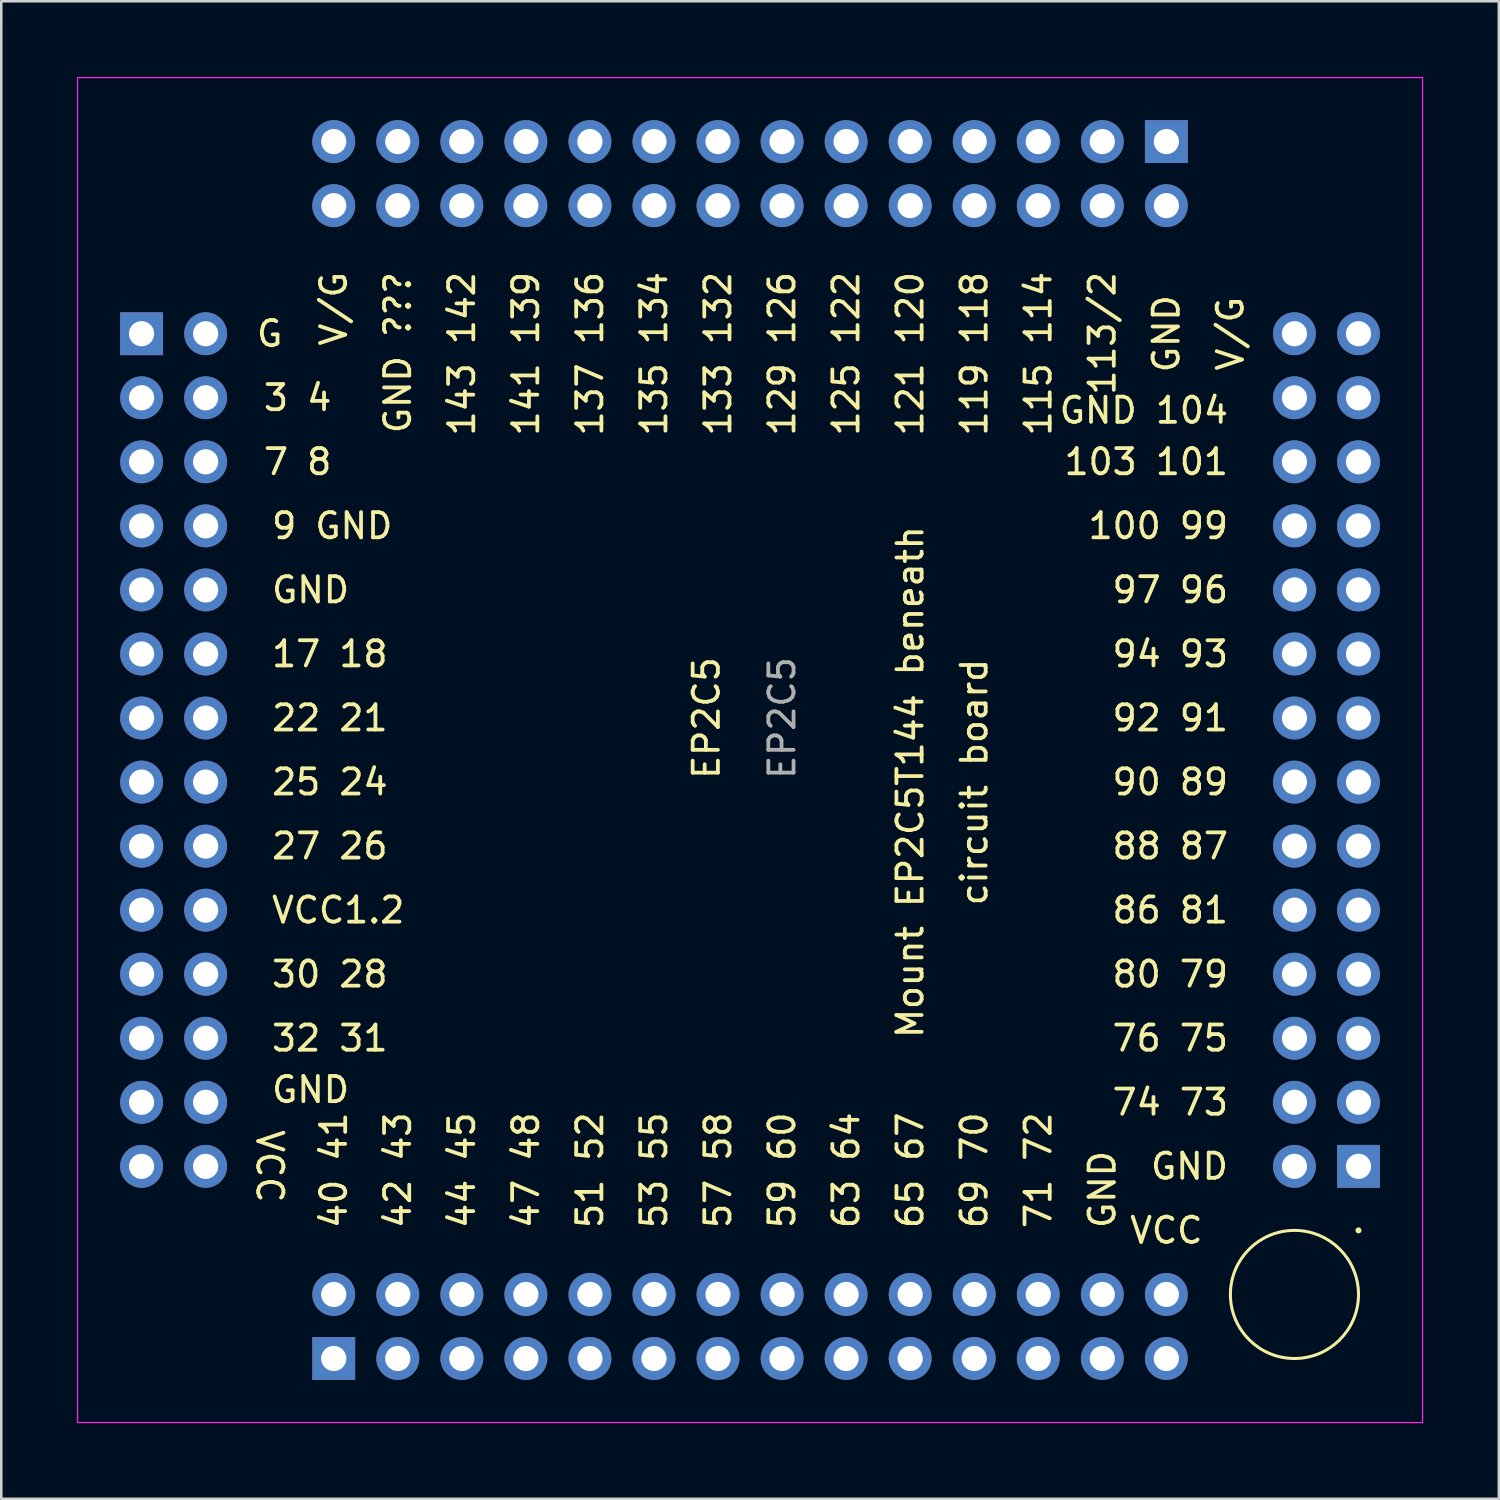
<source format=kicad_pcb>
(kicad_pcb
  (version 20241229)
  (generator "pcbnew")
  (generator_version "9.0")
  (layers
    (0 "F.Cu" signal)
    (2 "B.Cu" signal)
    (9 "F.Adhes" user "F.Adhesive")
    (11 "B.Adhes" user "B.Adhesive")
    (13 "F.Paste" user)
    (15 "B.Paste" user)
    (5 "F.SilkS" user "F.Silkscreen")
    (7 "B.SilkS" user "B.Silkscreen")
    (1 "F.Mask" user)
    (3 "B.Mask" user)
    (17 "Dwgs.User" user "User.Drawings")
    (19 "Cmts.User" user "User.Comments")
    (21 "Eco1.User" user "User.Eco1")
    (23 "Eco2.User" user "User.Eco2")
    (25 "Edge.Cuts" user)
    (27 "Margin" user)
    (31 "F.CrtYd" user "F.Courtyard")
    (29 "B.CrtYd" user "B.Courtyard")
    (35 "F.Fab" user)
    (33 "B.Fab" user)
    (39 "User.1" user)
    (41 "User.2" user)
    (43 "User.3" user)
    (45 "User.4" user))
  (footprint "EP2C5"
    (layer "F.Cu")
    (at 30.505 25.425)
    (property "Reference" "EP2C5" (at -5.54 0 90) (unlocked yes) (layer "F.SilkS") (effects (font (size 1 1) (thickness 0.15))))
    (attr through_hole)
    (fp_circle (center 17.78 22.86) (end 17.78 20.32) (stroke (width 0.12) (type solid)) (fill no) (layer "F.SilkS"))
    (fp_circle (center 20.32 20.32) (end 20.32 20.32) (stroke (width 0.12) (type solid)) (fill no) (layer "F.SilkS"))
    (fp_rect (start -30.48 -25.4) (end 22.86 27.94) (stroke (width 0.05) (type solid)) (fill no) (layer "F.CrtYd"))
    (fp_text user "141 139" (at -12.7 -17.78 90) (unlocked yes) (layer "F.SilkS") (effects (font (size 1 1) (thickness 0.15)) (justify right)))
    (fp_text user "69 70" (at 5.08 20.32 90) (unlocked yes) (layer "F.SilkS") (effects (font (size 1 1) (thickness 0.15)) (justify left)))
    (fp_text user "57 58" (at -5.08 20.32 90) (unlocked yes) (layer "F.SilkS") (effects (font (size 1 1) (thickness 0.15)) (justify left)))
    (fp_text user "Mount EP2C5T144 beneath" (at 2.54 2.54 90) (unlocked yes) (layer "F.SilkS") (effects (font (size 1 1) (thickness 0.15))))
    (fp_text user "125 122" (at 0 -17.78 90) (unlocked yes) (layer "F.SilkS") (effects (font (size 1 1) (thickness 0.15)) (justify right)))
    (fp_text user "40 41" (at -20.32 20.32 90) (unlocked yes) (layer "F.SilkS") (effects (font (size 1 1) (thickness 0.15)) (justify left)))
    (fp_text user "129 126" (at -2.54 -17.78 90) (unlocked yes) (layer "F.SilkS") (effects (font (size 1 1) (thickness 0.15)) (justify right)))
    (fp_text user "3 4" (at -20.32 -12.7 0) (unlocked yes) (layer "F.SilkS") (effects (font (size 1 1) (thickness 0.15)) (justify right)))
    (fp_text user "86 81" (at 15.24 7.62 0) (unlocked yes) (layer "F.SilkS") (effects (font (size 1 1) (thickness 0.15)) (justify right)))
    (fp_text user "V/G" (at -20.32 -17.78 90) (unlocked yes) (layer "F.SilkS") (effects (font (size 1 1) (thickness 0.15)) (justify right)))
    (fp_text user "27 26" (at -22.86 5.08 0) (unlocked yes) (layer "F.SilkS") (effects (font (size 1 1) (thickness 0.15)) (justify left)))
    (fp_text user "90 89" (at 15.24 2.54 0) (unlocked yes) (layer "F.SilkS") (effects (font (size 1 1) (thickness 0.15)) (justify right)))
    (fp_text user "42 43" (at -17.78 20.32 90) (unlocked yes) (layer "F.SilkS") (effects (font (size 1 1) (thickness 0.15)) (justify left)))
    (fp_text user "94 93" (at 15.24 -2.54 0) (unlocked yes) (layer "F.SilkS") (effects (font (size 1 1) (thickness 0.15)) (justify right)))
    (fp_text user "25 24" (at -22.86 2.54 0) (unlocked yes) (layer "F.SilkS") (effects (font (size 1 1) (thickness 0.15)) (justify left)))
    (fp_text user "circuit board" (at 5.08 2.54 90) (unlocked yes) (layer "F.SilkS") (effects (font (size 1 1) (thickness 0.15))))
    (fp_text user "59 60" (at -2.54 20.32 90) (unlocked yes) (layer "F.SilkS") (effects (font (size 1 1) (thickness 0.15)) (justify left)))
    (fp_text user "63 64" (at 0 20.32 90) (unlocked yes) (layer "F.SilkS") (effects (font (size 1 1) (thickness 0.15)) (justify left)))
    (fp_text user "143 142" (at -15.24 -17.78 90) (unlocked yes) (layer "F.SilkS") (effects (font (size 1 1) (thickness 0.15)) (justify right)))
    (fp_text user "GND" (at -22.86 -5.08 0) (unlocked yes) (layer "F.SilkS") (effects (font (size 1 1) (thickness 0.15)) (justify left)))
    (fp_text user "9 GND" (at -22.86 -7.62 0) (unlocked yes) (layer "F.SilkS") (effects (font (size 1 1) (thickness 0.15)) (justify left)))
    (fp_text user "92 91" (at 15.24 0 0) (unlocked yes) (layer "F.SilkS") (effects (font (size 1 1) (thickness 0.15)) (justify right)))
    (fp_text user "135 134" (at -7.62 -17.78 90) (unlocked yes) (layer "F.SilkS") (effects (font (size 1 1) (thickness 0.15)) (justify right)))
    (fp_text user "GND ???" (at -17.78 -17.78 90) (unlocked yes) (layer "F.SilkS") (effects (font (size 1 1) (thickness 0.15)) (justify right)))
    (fp_text user "137 136" (at -10.16 -17.78 90) (unlocked yes) (layer "F.SilkS") (effects (font (size 1 1) (thickness 0.15)) (justify right)))
    (fp_text user "17 18" (at -22.86 -2.54 0) (unlocked yes) (layer "F.SilkS") (effects (font (size 1 1) (thickness 0.15)) (justify left)))
    (fp_text user "51 52" (at -10.16 20.32 90) (unlocked yes) (layer "F.SilkS") (effects (font (size 1 1) (thickness 0.15)) (justify left)))
    (fp_text user "88 87" (at 15.24 5.08 0) (unlocked yes) (layer "F.SilkS") (effects (font (size 1 1) (thickness 0.15)) (justify right)))
    (fp_text user "74 73" (at 15.24 15.24 0) (unlocked yes) (layer "F.SilkS") (effects (font (size 1 1) (thickness 0.15)) (justify right)))
    (fp_text user "32 31" (at -22.86 12.7 0) (unlocked yes) (layer "F.SilkS") (effects (font (size 1 1) (thickness 0.15)) (justify left)))
    (fp_text user "103 101" (at 15.24 -10.16 0) (unlocked yes) (layer "F.SilkS") (effects (font (size 1 1) (thickness 0.15)) (justify right)))
    (fp_text user "VCC" (at -22.86 17.78 270) (unlocked yes) (layer "F.SilkS") (effects (font (size 1 1) (thickness 0.15))))
    (fp_text user "30 28" (at -22.86 10.16 0) (unlocked yes) (layer "F.SilkS") (effects (font (size 1 1) (thickness 0.15)) (justify left)))
    (fp_text user "44 45" (at -15.24 20.32 90) (unlocked yes) (layer "F.SilkS") (effects (font (size 1 1) (thickness 0.15)) (justify left)))
    (fp_text user "65 67" (at 2.54 20.32 90) (unlocked yes) (layer "F.SilkS") (effects (font (size 1 1) (thickness 0.15)) (justify left)))
    (fp_text user "115 114" (at 7.62 -17.78 90) (unlocked yes) (layer "F.SilkS") (effects (font (size 1 1) (thickness 0.15)) (justify right)))
    (fp_text user "121 120" (at 2.54 -17.78 90) (unlocked yes) (layer "F.SilkS") (effects (font (size 1 1) (thickness 0.15)) (justify right)))
    (fp_text user "47 48" (at -12.7 20.32 90) (unlocked yes) (layer "F.SilkS") (effects (font (size 1 1) (thickness 0.15)) (justify left)))
    (fp_text user "VCC" (at 12.7 20.32 0) (unlocked yes) (layer "F.SilkS") (effects (font (size 1 1) (thickness 0.15))))
    (fp_text user "71 72" (at 7.62 20.32 90) (unlocked yes) (layer "F.SilkS") (effects (font (size 1 1) (thickness 0.15)) (justify left)))
    (fp_text user "GND" (at 12.7 -15.24 90) (unlocked yes) (layer "F.SilkS") (effects (font (size 1 1) (thickness 0.15))))
    (fp_text user "GND" (at 10.16 20.32 90) (unlocked yes) (layer "F.SilkS") (effects (font (size 1 1) (thickness 0.15)) (justify left)))
    (fp_text user "80 79" (at 15.24 10.16 0) (unlocked yes) (layer "F.SilkS") (effects (font (size 1 1) (thickness 0.15)) (justify right)))
    (fp_text user "100 99" (at 15.24 -7.62 0) (unlocked yes) (layer "F.SilkS") (effects (font (size 1 1) (thickness 0.15)) (justify right)))
    (fp_text user "GND" (at -22.86 14.74 0) (unlocked yes) (layer "F.SilkS") (effects (font (size 1 1) (thickness 0.15)) (justify left)))
    (fp_text user "GND" (at 15.24 17.78 0) (unlocked yes) (layer "F.SilkS") (effects (font (size 1 1) (thickness 0.15)) (justify right)))
    (fp_text user "97 96" (at 15.24 -5.08 0) (unlocked yes) (layer "F.SilkS") (effects (font (size 1 1) (thickness 0.15)) (justify right)))
    (fp_text user "53 55" (at -7.62 20.32 90) (unlocked yes) (layer "F.SilkS") (effects (font (size 1 1) (thickness 0.15)) (justify left)))
    (fp_text user "22 21" (at -22.86 0 0) (unlocked yes) (layer "F.SilkS") (effects (font (size 1 1) (thickness 0.15)) (justify left)))
    (fp_text user "GND 104" (at 15.24 -12.2 0) (unlocked yes) (layer "F.SilkS") (effects (font (size 1 1) (thickness 0.15)) (justify right)))
    (fp_text user "7 8" (at -20.32 -10.16 0) (unlocked yes) (layer "F.SilkS") (effects (font (size 1 1) (thickness 0.15)) (justify right)))
    (fp_text user "119 118" (at 5.08 -17.78 90) (unlocked yes) (layer "F.SilkS") (effects (font (size 1 1) (thickness 0.15)) (justify right)))
    (fp_text user "VCC1.2" (at -22.86 7.62 0) (unlocked yes) (layer "F.SilkS") (effects (font (size 1 1) (thickness 0.15)) (justify left)))
    (fp_text user "76 75" (at 15.24 12.7 0) (unlocked yes) (layer "F.SilkS") (effects (font (size 1 1) (thickness 0.15)) (justify right)))
    (fp_text user "133 132" (at -5.08 -17.78 90) (unlocked yes) (layer "F.SilkS") (effects (font (size 1 1) (thickness 0.15)) (justify right)))
    (fp_text user "V/G" (at 15.24 -15.24 90) (unlocked yes) (layer "F.SilkS") (effects (font (size 1 1) (thickness 0.15))))
    (fp_text user "G" (at -22.86 -15.24 0) (unlocked yes) (layer "F.SilkS") (effects (font (size 1 1) (thickness 0.15))))
    (fp_text user "113/2" (at 10.16 -17.78 90) (unlocked yes) (layer "F.SilkS") (effects (font (size 1 1) (thickness 0.15)) (justify right)))
    (fp_text user "${REFERENCE}" (at -2.54 0 90) (unlocked yes) (layer "F.Fab") (effects (font (size 1 1) (thickness 0.15))))
    (pad "101" thru_hole rect (at 20.32 17.78 90) (size 1.7 1.7) (drill 1) (layers "*.Cu" "*.Mask"))
    (pad "102" thru_hole circle (at 17.78 17.78 90) (size 1.7 1.7) (drill 1) (layers "*.Cu" "*.Mask"))
    (pad "103" thru_hole circle (at 20.32 15.24 90) (size 1.7 1.7) (drill 1) (layers "*.Cu" "*.Mask"))
    (pad "104" thru_hole circle (at 17.78 15.24 90) (size 1.7 1.7) (drill 1) (layers "*.Cu" "*.Mask"))
    (pad "105" thru_hole circle (at 20.32 12.7 90) (size 1.7 1.7) (drill 1) (layers "*.Cu" "*.Mask"))
    (pad "106" thru_hole circle (at 17.78 12.7 90) (size 1.7 1.7) (drill 1) (layers "*.Cu" "*.Mask"))
    (pad "107" thru_hole circle (at 20.32 10.16 90) (size 1.7 1.7) (drill 1) (layers "*.Cu" "*.Mask"))
    (pad "108" thru_hole circle (at 17.78 10.16 90) (size 1.7 1.7) (drill 1) (layers "*.Cu" "*.Mask"))
    (pad "109" thru_hole circle (at 20.32 7.62 90) (size 1.7 1.7) (drill 1) (layers "*.Cu" "*.Mask"))
    (pad "110" thru_hole circle (at 17.78 7.62 90) (size 1.7 1.7) (drill 1) (layers "*.Cu" "*.Mask"))
    (pad "111" thru_hole circle (at 20.32 5.08 90) (size 1.7 1.7) (drill 1) (layers "*.Cu" "*.Mask"))
    (pad "112" thru_hole circle (at 17.78 5.08 90) (size 1.7 1.7) (drill 1) (layers "*.Cu" "*.Mask"))
    (pad "113" thru_hole circle (at 20.32 2.54 90) (size 1.7 1.7) (drill 1) (layers "*.Cu" "*.Mask"))
    (pad "114" thru_hole circle (at 17.78 2.54 90) (size 1.7 1.7) (drill 1) (layers "*.Cu" "*.Mask"))
    (pad "115" thru_hole circle (at 20.32 0 90) (size 1.7 1.7) (drill 1) (layers "*.Cu" "*.Mask"))
    (pad "116" thru_hole circle (at 17.78 0 90) (size 1.7 1.7) (drill 1) (layers "*.Cu" "*.Mask"))
    (pad "117" thru_hole circle (at 20.32 -2.54 90) (size 1.7 1.7) (drill 1) (layers "*.Cu" "*.Mask"))
    (pad "118" thru_hole circle (at 17.78 -2.54 90) (size 1.7 1.7) (drill 1) (layers "*.Cu" "*.Mask"))
    (pad "119" thru_hole circle (at 20.32 -5.08 90) (size 1.7 1.7) (drill 1) (layers "*.Cu" "*.Mask"))
    (pad "120" thru_hole circle (at 17.78 -5.08 90) (size 1.7 1.7) (drill 1) (layers "*.Cu" "*.Mask"))
    (pad "121" thru_hole circle (at 20.32 -7.62 90) (size 1.7 1.7) (drill 1) (layers "*.Cu" "*.Mask"))
    (pad "122" thru_hole circle (at 17.78 -7.62 90) (size 1.7 1.7) (drill 1) (layers "*.Cu" "*.Mask"))
    (pad "123" thru_hole circle (at 20.32 -10.16 90) (size 1.7 1.7) (drill 1) (layers "*.Cu" "*.Mask"))
    (pad "124" thru_hole circle (at 17.78 -10.16 90) (size 1.7 1.7) (drill 1) (layers "*.Cu" "*.Mask"))
    (pad "125" thru_hole circle (at 20.32 -12.7 90) (size 1.7 1.7) (drill 1) (layers "*.Cu" "*.Mask"))
    (pad "126" thru_hole circle (at 17.78 -12.7 90) (size 1.7 1.7) (drill 1) (layers "*.Cu" "*.Mask"))
    (pad "127" thru_hole circle (at 20.32 -15.24 90) (size 1.7 1.7) (drill 1) (layers "*.Cu" "*.Mask"))
    (pad "128" thru_hole circle (at 17.78 -15.24 90) (size 1.7 1.7) (drill 1) (layers "*.Cu" "*.Mask"))
    (pad "201" thru_hole rect (at 12.7 -22.86 90) (size 1.7 1.7) (drill 1) (layers "*.Cu" "*.Mask"))
    (pad "202" thru_hole circle (at 12.7 -20.32 90) (size 1.7 1.7) (drill 1) (layers "*.Cu" "*.Mask"))
    (pad "203" thru_hole circle (at 10.16 -22.86 90) (size 1.7 1.7) (drill 1) (layers "*.Cu" "*.Mask"))
    (pad "204" thru_hole circle (at 10.16 -20.32 90) (size 1.7 1.7) (drill 1) (layers "*.Cu" "*.Mask"))
    (pad "205" thru_hole circle (at 7.62 -22.86 90) (size 1.7 1.7) (drill 1) (layers "*.Cu" "*.Mask"))
    (pad "206" thru_hole circle (at 7.62 -20.32 90) (size 1.7 1.7) (drill 1) (layers "*.Cu" "*.Mask"))
    (pad "207" thru_hole circle (at 5.08 -22.86 90) (size 1.7 1.7) (drill 1) (layers "*.Cu" "*.Mask"))
    (pad "208" thru_hole circle (at 5.08 -20.32 90) (size 1.7 1.7) (drill 1) (layers "*.Cu" "*.Mask"))
    (pad "209" thru_hole circle (at 2.54 -22.86 90) (size 1.7 1.7) (drill 1) (layers "*.Cu" "*.Mask"))
    (pad "210" thru_hole circle (at 2.54 -20.32 90) (size 1.7 1.7) (drill 1) (layers "*.Cu" "*.Mask"))
    (pad "211" thru_hole circle (at 0 -22.86 90) (size 1.7 1.7) (drill 1) (layers "*.Cu" "*.Mask"))
    (pad "212" thru_hole circle (at 0 -20.32 90) (size 1.7 1.7) (drill 1) (layers "*.Cu" "*.Mask"))
    (pad "213" thru_hole circle (at -2.54 -22.86 90) (size 1.7 1.7) (drill 1) (layers "*.Cu" "*.Mask"))
    (pad "214" thru_hole circle (at -2.54 -20.32 90) (size 1.7 1.7) (drill 1) (layers "*.Cu" "*.Mask"))
    (pad "215" thru_hole circle (at -5.08 -22.86 90) (size 1.7 1.7) (drill 1) (layers "*.Cu" "*.Mask"))
    (pad "216" thru_hole circle (at -5.08 -20.32 90) (size 1.7 1.7) (drill 1) (layers "*.Cu" "*.Mask"))
    (pad "217" thru_hole circle (at -7.62 -22.86 90) (size 1.7 1.7) (drill 1) (layers "*.Cu" "*.Mask"))
    (pad "218" thru_hole circle (at -7.62 -20.32 90) (size 1.7 1.7) (drill 1) (layers "*.Cu" "*.Mask"))
    (pad "219" thru_hole circle (at -10.16 -22.86 90) (size 1.7 1.7) (drill 1) (layers "*.Cu" "*.Mask"))
    (pad "220" thru_hole circle (at -10.16 -20.32 90) (size 1.7 1.7) (drill 1) (layers "*.Cu" "*.Mask"))
    (pad "221" thru_hole circle (at -12.7 -22.86 90) (size 1.7 1.7) (drill 1) (layers "*.Cu" "*.Mask"))
    (pad "222" thru_hole circle (at -12.7 -20.32 90) (size 1.7 1.7) (drill 1) (layers "*.Cu" "*.Mask"))
    (pad "223" thru_hole circle (at -15.24 -22.86 90) (size 1.7 1.7) (drill 1) (layers "*.Cu" "*.Mask"))
    (pad "224" thru_hole circle (at -15.24 -20.32 90) (size 1.7 1.7) (drill 1) (layers "*.Cu" "*.Mask"))
    (pad "225" thru_hole circle (at -17.78 -22.86 90) (size 1.7 1.7) (drill 1) (layers "*.Cu" "*.Mask"))
    (pad "226" thru_hole circle (at -17.78 -20.32 90) (size 1.7 1.7) (drill 1) (layers "*.Cu" "*.Mask"))
    (pad "227" thru_hole circle (at -20.32 -22.86 90) (size 1.7 1.7) (drill 1) (layers "*.Cu" "*.Mask"))
    (pad "228" thru_hole circle (at -20.32 -20.32 90) (size 1.7 1.7) (drill 1) (layers "*.Cu" "*.Mask"))
    (pad "301" thru_hole rect (at -27.94 -15.24 90) (size 1.7 1.7) (drill 1) (layers "*.Cu" "*.Mask"))
    (pad "302" thru_hole circle (at -25.4 -15.24 90) (size 1.7 1.7) (drill 1) (layers "*.Cu" "*.Mask"))
    (pad "303" thru_hole circle (at -27.94 -12.7 90) (size 1.7 1.7) (drill 1) (layers "*.Cu" "*.Mask"))
    (pad "304" thru_hole circle (at -25.4 -12.7 90) (size 1.7 1.7) (drill 1) (layers "*.Cu" "*.Mask"))
    (pad "305" thru_hole circle (at -27.94 -10.16 90) (size 1.7 1.7) (drill 1) (layers "*.Cu" "*.Mask"))
    (pad "306" thru_hole circle (at -25.4 -10.16 90) (size 1.7 1.7) (drill 1) (layers "*.Cu" "*.Mask"))
    (pad "307" thru_hole circle (at -27.94 -7.62 90) (size 1.7 1.7) (drill 1) (layers "*.Cu" "*.Mask"))
    (pad "308" thru_hole circle (at -25.4 -7.62 90) (size 1.7 1.7) (drill 1) (layers "*.Cu" "*.Mask"))
    (pad "309" thru_hole circle (at -27.94 -5.08 90) (size 1.7 1.7) (drill 1) (layers "*.Cu" "*.Mask"))
    (pad "310" thru_hole circle (at -25.4 -5.08 90) (size 1.7 1.7) (drill 1) (layers "*.Cu" "*.Mask"))
    (pad "311" thru_hole circle (at -27.94 -2.54 90) (size 1.7 1.7) (drill 1) (layers "*.Cu" "*.Mask"))
    (pad "312" thru_hole circle (at -25.4 -2.54 90) (size 1.7 1.7) (drill 1) (layers "*.Cu" "*.Mask"))
    (pad "313" thru_hole circle (at -27.94 0 90) (size 1.7 1.7) (drill 1) (layers "*.Cu" "*.Mask"))
    (pad "314" thru_hole circle (at -25.4 0 90) (size 1.7 1.7) (drill 1) (layers "*.Cu" "*.Mask"))
    (pad "315" thru_hole circle (at -27.94 2.54 90) (size 1.7 1.7) (drill 1) (layers "*.Cu" "*.Mask"))
    (pad "316" thru_hole circle (at -25.4 2.54 90) (size 1.7 1.7) (drill 1) (layers "*.Cu" "*.Mask"))
    (pad "317" thru_hole circle (at -27.94 5.08 90) (size 1.7 1.7) (drill 1) (layers "*.Cu" "*.Mask"))
    (pad "318" thru_hole circle (at -25.4 5.08 90) (size 1.7 1.7) (drill 1) (layers "*.Cu" "*.Mask"))
    (pad "319" thru_hole circle (at -27.94 7.62 90) (size 1.7 1.7) (drill 1) (layers "*.Cu" "*.Mask"))
    (pad "320" thru_hole circle (at -25.4 7.62 90) (size 1.7 1.7) (drill 1) (layers "*.Cu" "*.Mask"))
    (pad "321" thru_hole circle (at -27.94 10.16 90) (size 1.7 1.7) (drill 1) (layers "*.Cu" "*.Mask"))
    (pad "322" thru_hole circle (at -25.4 10.16 90) (size 1.7 1.7) (drill 1) (layers "*.Cu" "*.Mask"))
    (pad "323" thru_hole circle (at -27.94 12.7 90) (size 1.7 1.7) (drill 1) (layers "*.Cu" "*.Mask"))
    (pad "324" thru_hole circle (at -25.4 12.7 90) (size 1.7 1.7) (drill 1) (layers "*.Cu" "*.Mask"))
    (pad "325" thru_hole circle (at -27.94 15.24 90) (size 1.7 1.7) (drill 1) (layers "*.Cu" "*.Mask"))
    (pad "326" thru_hole circle (at -25.4 15.24 90) (size 1.7 1.7) (drill 1) (layers "*.Cu" "*.Mask"))
    (pad "327" thru_hole circle (at -27.94 17.78 90) (size 1.7 1.7) (drill 1) (layers "*.Cu" "*.Mask"))
    (pad "328" thru_hole circle (at -25.4 17.78 90) (size 1.7 1.7) (drill 1) (layers "*.Cu" "*.Mask"))
    (pad "401" thru_hole rect (at -20.32 25.4 90) (size 1.7 1.7) (drill 1) (layers "*.Cu" "*.Mask"))
    (pad "402" thru_hole circle (at -20.32 22.86 90) (size 1.7 1.7) (drill 1) (layers "*.Cu" "*.Mask"))
    (pad "403" thru_hole circle (at -17.78 25.4 90) (size 1.7 1.7) (drill 1) (layers "*.Cu" "*.Mask"))
    (pad "404" thru_hole circle (at -17.78 22.86 90) (size 1.7 1.7) (drill 1) (layers "*.Cu" "*.Mask"))
    (pad "405" thru_hole circle (at -15.24 25.4 90) (size 1.7 1.7) (drill 1) (layers "*.Cu" "*.Mask"))
    (pad "406" thru_hole circle (at -15.24 22.86 90) (size 1.7 1.7) (drill 1) (layers "*.Cu" "*.Mask"))
    (pad "407" thru_hole circle (at -12.7 25.4 90) (size 1.7 1.7) (drill 1) (layers "*.Cu" "*.Mask"))
    (pad "408" thru_hole circle (at -12.7 22.86 90) (size 1.7 1.7) (drill 1) (layers "*.Cu" "*.Mask"))
    (pad "409" thru_hole circle (at -10.16 25.4 90) (size 1.7 1.7) (drill 1) (layers "*.Cu" "*.Mask"))
    (pad "410" thru_hole circle (at -10.16 22.86 90) (size 1.7 1.7) (drill 1) (layers "*.Cu" "*.Mask"))
    (pad "411" thru_hole circle (at -7.62 25.4 90) (size 1.7 1.7) (drill 1) (layers "*.Cu" "*.Mask"))
    (pad "412" thru_hole circle (at -7.62 22.86 90) (size 1.7 1.7) (drill 1) (layers "*.Cu" "*.Mask"))
    (pad "413" thru_hole circle (at -5.08 25.4 90) (size 1.7 1.7) (drill 1) (layers "*.Cu" "*.Mask"))
    (pad "414" thru_hole circle (at -5.08 22.86 90) (size 1.7 1.7) (drill 1) (layers "*.Cu" "*.Mask"))
    (pad "415" thru_hole circle (at -2.54 25.4 90) (size 1.7 1.7) (drill 1) (layers "*.Cu" "*.Mask"))
    (pad "416" thru_hole circle (at -2.54 22.86 90) (size 1.7 1.7) (drill 1) (layers "*.Cu" "*.Mask"))
    (pad "417" thru_hole circle (at 0 25.4 90) (size 1.7 1.7) (drill 1) (layers "*.Cu" "*.Mask"))
    (pad "418" thru_hole circle (at 0 22.86 90) (size 1.7 1.7) (drill 1) (layers "*.Cu" "*.Mask"))
    (pad "419" thru_hole circle (at 2.54 25.4 90) (size 1.7 1.7) (drill 1) (layers "*.Cu" "*.Mask"))
    (pad "420" thru_hole circle (at 2.54 22.86 90) (size 1.7 1.7) (drill 1) (layers "*.Cu" "*.Mask"))
    (pad "421" thru_hole circle (at 5.08 25.4 90) (size 1.7 1.7) (drill 1) (layers "*.Cu" "*.Mask"))
    (pad "422" thru_hole circle (at 5.08 22.86 90) (size 1.7 1.7) (drill 1) (layers "*.Cu" "*.Mask"))
    (pad "423" thru_hole circle (at 7.62 25.4 90) (size 1.7 1.7) (drill 1) (layers "*.Cu" "*.Mask"))
    (pad "424" thru_hole circle (at 7.62 22.86 90) (size 1.7 1.7) (drill 1) (layers "*.Cu" "*.Mask"))
    (pad "425" thru_hole circle (at 10.16 25.4 90) (size 1.7 1.7) (drill 1) (layers "*.Cu" "*.Mask"))
    (pad "426" thru_hole circle (at 10.16 22.86 90) (size 1.7 1.7) (drill 1) (layers "*.Cu" "*.Mask"))
    (pad "427" thru_hole circle (at 12.7 25.4 90) (size 1.7 1.7) (drill 1) (layers "*.Cu" "*.Mask"))
    (pad "428" thru_hole circle (at 12.7 22.86 90) (size 1.7 1.7) (drill 1) (layers "*.Cu" "*.Mask")))
  (gr_rect
    (start -3 -3)
    (end 56.39 56.39)
    (stroke (width 0.1) (type default))
    (fill no)
    (layer "Edge.Cuts")))
</source>
